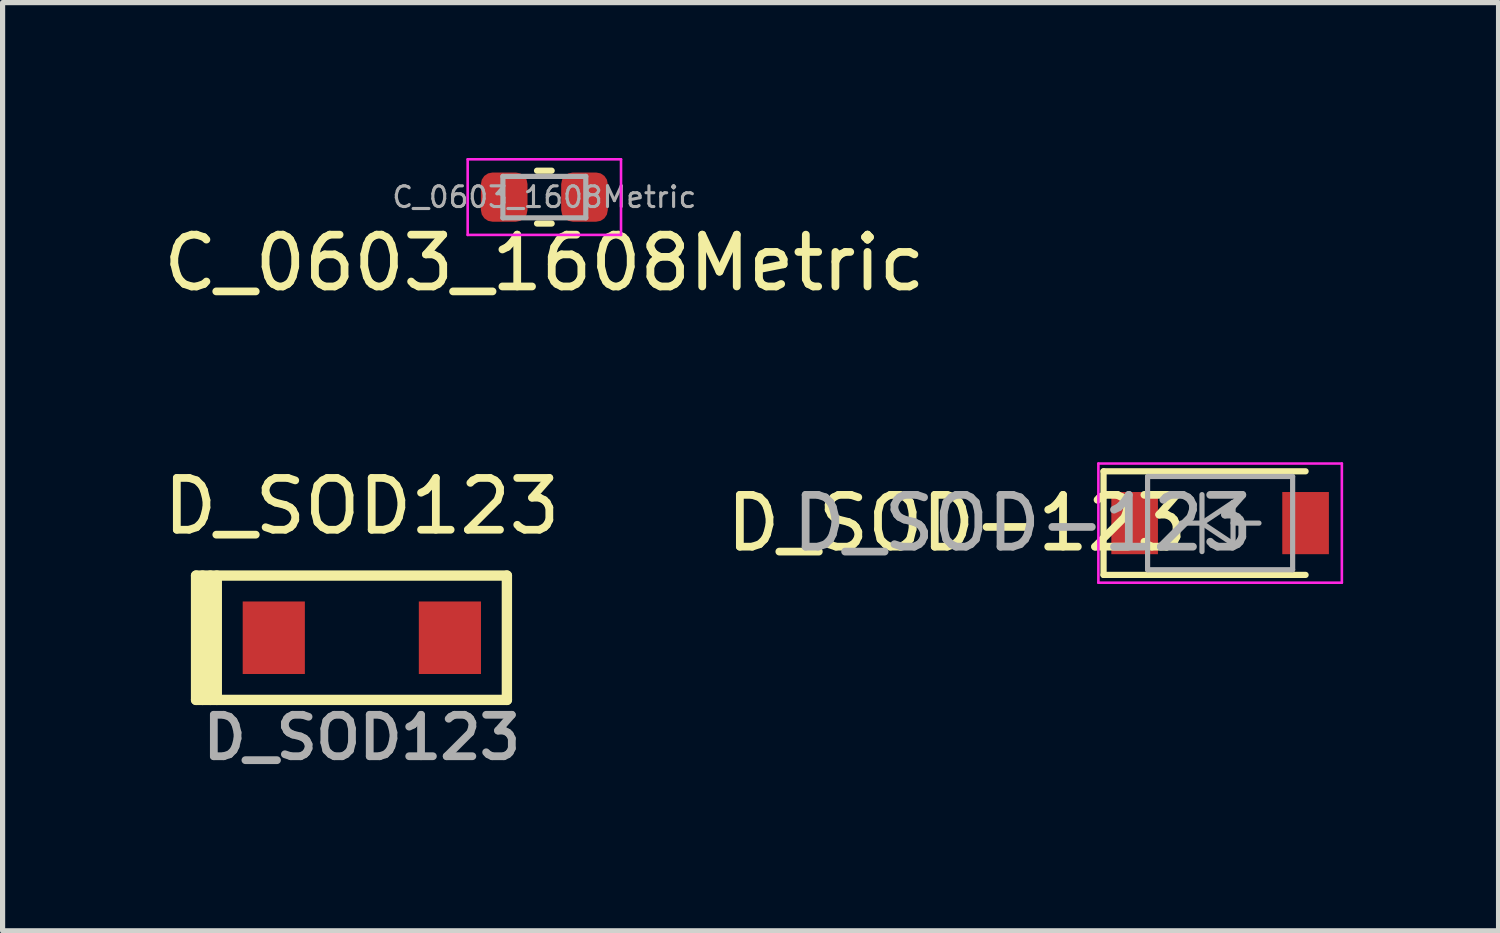
<source format=kicad_pcb>
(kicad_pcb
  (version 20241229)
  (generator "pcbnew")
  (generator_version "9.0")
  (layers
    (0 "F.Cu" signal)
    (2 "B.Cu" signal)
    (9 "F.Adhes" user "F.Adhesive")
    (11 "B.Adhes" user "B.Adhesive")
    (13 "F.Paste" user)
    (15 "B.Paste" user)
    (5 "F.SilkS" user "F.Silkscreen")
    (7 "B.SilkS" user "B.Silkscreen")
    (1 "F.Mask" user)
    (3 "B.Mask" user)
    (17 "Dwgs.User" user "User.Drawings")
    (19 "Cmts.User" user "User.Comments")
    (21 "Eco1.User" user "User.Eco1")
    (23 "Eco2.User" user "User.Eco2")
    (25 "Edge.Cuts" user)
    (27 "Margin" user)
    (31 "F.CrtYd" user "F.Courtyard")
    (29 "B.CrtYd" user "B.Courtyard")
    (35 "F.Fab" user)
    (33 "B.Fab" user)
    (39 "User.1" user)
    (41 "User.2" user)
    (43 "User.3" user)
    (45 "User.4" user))
  (footprint "D_SOD123"
    (layer "F.Cu")
    (at 3.935 9.261)
    (property "Reference" "D_SOD123" (at 0 1.925 0) (layer "F.Fab") (effects (font (size 0.8 0.8) (thickness 0.15))))
    (attr smd)
    (fp_line (start -3.2 -1.2) (end 2.8 -1.2) (stroke (width 0.2) (type solid)) (layer "F.SilkS"))
    (fp_line (start -3.2 1.2) (end -3.2 -1.2) (stroke (width 0.2) (type solid)) (layer "F.SilkS"))
    (fp_line (start -3.075 1.2) (end -3.075 -1.2) (stroke (width 0.2) (type solid)) (layer "F.SilkS"))
    (fp_line (start -2.925 -1.2) (end -2.925 1.2) (stroke (width 0.2) (type solid)) (layer "F.SilkS"))
    (fp_line (start -2.8 -1.2) (end -2.8 1.2) (stroke (width 0.2) (type solid)) (layer "F.SilkS"))
    (fp_line (start 2.8 -1.2) (end 2.8 1.2) (stroke (width 0.2) (type solid)) (layer "F.SilkS"))
    (fp_line (start 2.8 1.2) (end -3.2 1.2) (stroke (width 0.2) (type solid)) (layer "F.SilkS"))
    (fp_text user "${REFERENCE}" (at 0 -2.54 0) (layer "F.SilkS") (effects (font (size 1 1) (thickness 0.15))))
    (pad "1" smd rect (at -1.7 0) (size 1.2 1.4) (layers "F.Cu" "F.Mask" "F.Paste"))
    (pad "2" smd rect (at 1.7 0) (size 1.2 1.4) (layers "F.Cu" "F.Mask" "F.Paste")))
  (footprint "C_0603_1608Metric"
    (layer "F.Cu")
    (at 7.458 0.755)
    (property "Reference" "C_0603_1608Metric" (at 0 1.27 0) (layer "F.SilkS") (effects (font (size 1 1) (thickness 0.15))))
    (attr smd)
    (fp_line (start -0.141 -0.51) (end 0.141 -0.51) (stroke (width 0.12) (type solid)) (layer "F.SilkS"))
    (fp_line (start -0.141 0.51) (end 0.141 0.51) (stroke (width 0.12) (type solid)) (layer "F.SilkS"))
    (fp_line (start -1.48 -0.73) (end 1.48 -0.73) (stroke (width 0.05) (type solid)) (layer "F.CrtYd"))
    (fp_line (start -1.48 0.73) (end -1.48 -0.73) (stroke (width 0.05) (type solid)) (layer "F.CrtYd"))
    (fp_line (start 1.48 -0.73) (end 1.48 0.73) (stroke (width 0.05) (type solid)) (layer "F.CrtYd"))
    (fp_line (start 1.48 0.73) (end -1.48 0.73) (stroke (width 0.05) (type solid)) (layer "F.CrtYd"))
    (fp_line (start -0.8 -0.4) (end 0.8 -0.4) (stroke (width 0.1) (type solid)) (layer "F.Fab"))
    (fp_line (start -0.8 0.4) (end -0.8 -0.4) (stroke (width 0.1) (type solid)) (layer "F.Fab"))
    (fp_line (start 0.8 -0.4) (end 0.8 0.4) (stroke (width 0.1) (type solid)) (layer "F.Fab"))
    (fp_line (start 0.8 0.4) (end -0.8 0.4) (stroke (width 0.1) (type solid)) (layer "F.Fab"))
    (fp_text user "${REFERENCE}" (at 0 0 0) (layer "F.Fab") (effects (font (size 0.4 0.4) (thickness 0.06))))
    (pad "1" smd roundrect (at -0.775 0) (size 0.9 0.95) (layers "F.Cu" "F.Mask" "F.Paste") (roundrect_rratio 0.25))
    (pad "2" smd roundrect (at 0.775 0) (size 0.9 0.95) (layers "F.Cu" "F.Mask" "F.Paste") (roundrect_rratio 0.25)))
  (footprint "D_SOD-123"
    (layer "F.Cu")
    (at 20.503 7.048)
    (property "Reference" "D_SOD-123" (at -5.08 0 0) (layer "F.SilkS") (effects (font (size 1 1) (thickness 0.15))))
    (attr smd)
    (fp_line (start -2.25 -1) (end -2.25 1) (stroke (width 0.12) (type solid)) (layer "F.SilkS"))
    (fp_line (start -2.25 -1) (end 1.65 -1) (stroke (width 0.12) (type solid)) (layer "F.SilkS"))
    (fp_line (start -2.25 1) (end 1.65 1) (stroke (width 0.12) (type solid)) (layer "F.SilkS"))
    (fp_line (start -2.35 -1.15) (end -2.35 1.15) (stroke (width 0.05) (type solid)) (layer "F.CrtYd"))
    (fp_line (start -2.35 -1.15) (end 2.35 -1.15) (stroke (width 0.05) (type solid)) (layer "F.CrtYd"))
    (fp_line (start 2.35 -1.15) (end 2.35 1.15) (stroke (width 0.05) (type solid)) (layer "F.CrtYd"))
    (fp_line (start 2.35 1.15) (end -2.35 1.15) (stroke (width 0.05) (type solid)) (layer "F.CrtYd"))
    (fp_line (start -1.4 -0.9) (end 1.4 -0.9) (stroke (width 0.1) (type solid)) (layer "F.Fab"))
    (fp_line (start -1.4 0.9) (end -1.4 -0.9) (stroke (width 0.1) (type solid)) (layer "F.Fab"))
    (fp_line (start -0.75 0) (end -0.35 0) (stroke (width 0.1) (type solid)) (layer "F.Fab"))
    (fp_line (start -0.35 0) (end -0.35 -0.55) (stroke (width 0.1) (type solid)) (layer "F.Fab"))
    (fp_line (start -0.35 0) (end -0.35 0.55) (stroke (width 0.1) (type solid)) (layer "F.Fab"))
    (fp_line (start -0.35 0) (end 0.25 -0.4) (stroke (width 0.1) (type solid)) (layer "F.Fab"))
    (fp_line (start 0.25 -0.4) (end 0.25 0.4) (stroke (width 0.1) (type solid)) (layer "F.Fab"))
    (fp_line (start 0.25 0) (end 0.75 0) (stroke (width 0.1) (type solid)) (layer "F.Fab"))
    (fp_line (start 0.25 0.4) (end -0.35 0) (stroke (width 0.1) (type solid)) (layer "F.Fab"))
    (fp_line (start 1.4 -0.9) (end 1.4 0.9) (stroke (width 0.1) (type solid)) (layer "F.Fab"))
    (fp_line (start 1.4 0.9) (end -1.4 0.9) (stroke (width 0.1) (type solid)) (layer "F.Fab"))
    (fp_text user "${REFERENCE}" (at -3.81 0 0) (layer "F.Fab") (effects (font (size 1 1) (thickness 0.15))))
    (pad "1" smd rect (at -1.65 0) (size 0.9 1.2) (layers "F.Cu" "F.Mask" "F.Paste"))
    (pad "2" smd rect (at 1.65 0) (size 0.9 1.2) (layers "F.Cu" "F.Mask" "F.Paste")))
  (gr_rect
    (start -3 -3)
    (end 25.878 14.918)
    (stroke (width 0.1) (type default))
    (fill no)
    (layer "Edge.Cuts")))
</source>
